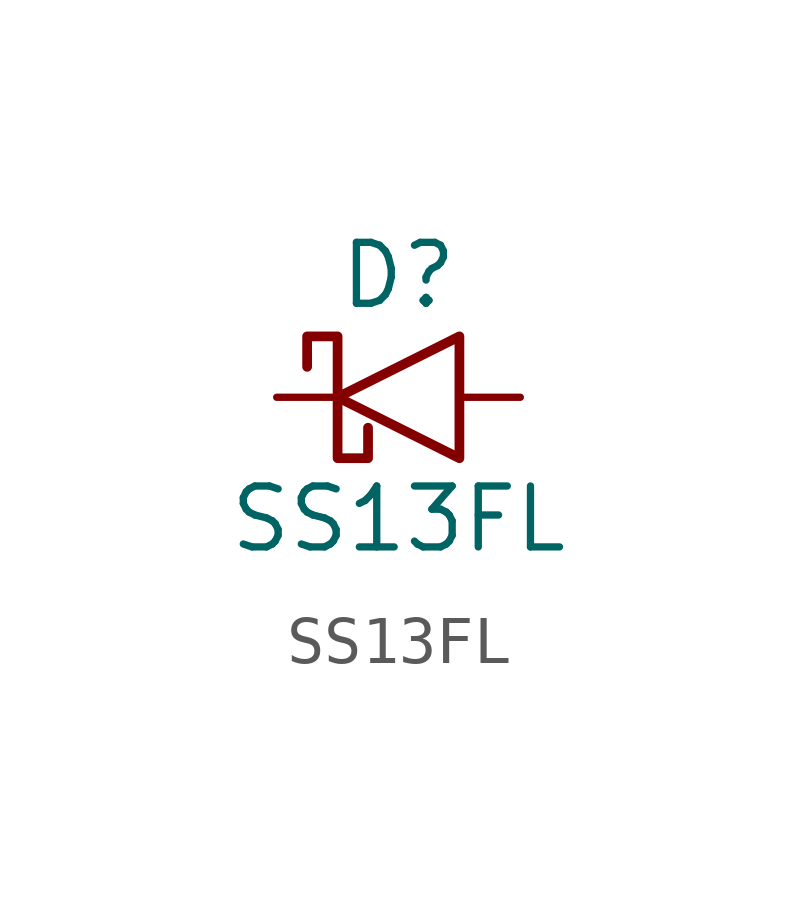
<source format=kicad_sym>
(kicad_symbol_lib
  (version 20220914)
  (generator kicad_symbol_editor)
  (symbol "SS13FL"
    (pin_numbers hide)
    (pin_names
      (offset 1.016) hide)
    (property "Reference" "D"
      (at 0 2.54 0)
      (effects (font (size 1.27 1.27))))
    (property "Value" "SS13FL"
      (at 0 -2.54 0)
      (effects (font (size 1.27 1.27))))
    (symbol "SS13FL_0_1"
      (polyline (pts (xy 1.27 1.27) (xy 1.27 -1.27) (xy -1.27 0) (xy 1.27 1.27)) (stroke (width 0.203) (type solid)) (fill (type none)))
      (polyline (pts (xy -1.905 0.635) (xy -1.905 1.27) (xy -1.27 1.27) (xy -1.27 -1.27) (xy -0.635 -1.27) (xy -0.635 -0.635)) (stroke (width 0.203) (type solid)) (fill (type none))))
    (symbol "SS13FL_1_1"
      (pin passive line (at 2.54 0 180) (length 1.27) (name "A" (effects (font (size 1.27 1.27)))) (number "A" (effects (font (size 1.27 1.27)))))
      (pin passive line (at -2.54 0 0) (length 1.27) (name "K" (effects (font (size 1.27 1.27)))) (number "K" (effects (font (size 1.27 1.27))))))))
</source>
